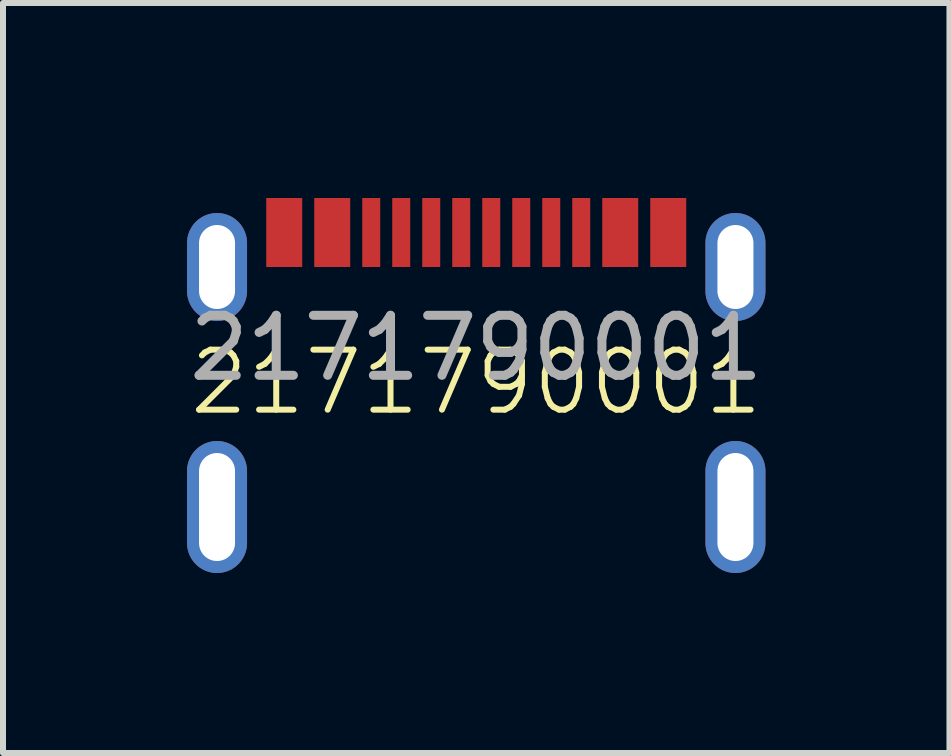
<source format=kicad_pcb>
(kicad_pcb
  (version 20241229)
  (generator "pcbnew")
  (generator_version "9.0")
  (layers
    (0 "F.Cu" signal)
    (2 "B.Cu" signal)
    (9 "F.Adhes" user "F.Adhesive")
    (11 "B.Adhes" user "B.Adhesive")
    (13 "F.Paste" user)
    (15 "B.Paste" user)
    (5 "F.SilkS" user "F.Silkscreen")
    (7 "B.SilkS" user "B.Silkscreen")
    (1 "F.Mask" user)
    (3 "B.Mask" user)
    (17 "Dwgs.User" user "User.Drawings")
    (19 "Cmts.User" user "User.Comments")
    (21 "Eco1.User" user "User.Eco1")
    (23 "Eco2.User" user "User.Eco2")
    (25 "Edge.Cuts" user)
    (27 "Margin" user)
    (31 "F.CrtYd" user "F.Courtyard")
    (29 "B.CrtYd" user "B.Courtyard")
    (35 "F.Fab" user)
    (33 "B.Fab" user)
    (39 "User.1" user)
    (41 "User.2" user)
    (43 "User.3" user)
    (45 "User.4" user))
  (footprint "2171790001"
    (layer "F.Cu")
    (at 4.887 0.25)
    (property "Reference" "2171790001" (at 0 3.07 0) (unlocked yes) (layer "F.SilkS") (effects (font (size 1 1) (thickness 0.1))))
    (attr smd)
    (fp_text user "${REFERENCE}" (at 0 2.5 0) (unlocked yes) (layer "F.Fab") (effects (font (size 1 1) (thickness 0.15))))
    (pad "A1/B12" thru_hole oval (at -4.32 1.15) (size 1 1.8) (drill oval 0.6 1.4) (layers "*.Cu" "*.Mask"))
    (pad "A1/B12" thru_hole oval (at -4.32 5.15) (size 1 2.2) (drill oval 0.6 1.8) (layers "*.Cu" "*.Mask"))
    (pad "A1/B12" smd rect (at -3.2 0.575) (size 0.6 1.15) (layers "F.Cu" "F.Mask" "F.Paste"))
    (pad "A4/B9" smd rect (at -2.4 0.575) (size 0.6 1.15) (layers "F.Cu" "F.Mask" "F.Paste"))
    (pad "A5" smd rect (at -1.25 0.575) (size 0.3 1.15) (layers "F.Cu" "F.Mask" "F.Paste"))
    (pad "A6" smd rect (at -0.25 0.575) (size 0.3 1.15) (layers "F.Cu" "F.Mask" "F.Paste"))
    (pad "A7" smd rect (at 0.25 0.575) (size 0.3 1.15) (layers "F.Cu" "F.Mask" "F.Paste"))
    (pad "A8" smd rect (at 1.25 0.575) (size 0.3 1.15) (layers "F.Cu" "F.Mask" "F.Paste"))
    (pad "B1/A12" smd rect (at 3.2 0.575) (size 0.6 1.15) (layers "F.Cu" "F.Mask" "F.Paste"))
    (pad "B1/A12" thru_hole oval (at 4.32 1.15) (size 1 1.8) (drill oval 0.6 1.4) (layers "*.Cu" "*.Mask"))
    (pad "B1/A12" thru_hole oval (at 4.32 5.15) (size 1 2.2) (drill oval 0.6 1.8) (layers "*.Cu" "*.Mask"))
    (pad "B4/A9" smd rect (at 2.4 0.575) (size 0.6 1.15) (layers "F.Cu" "F.Mask" "F.Paste"))
    (pad "B5" smd rect (at 1.75 0.575) (size 0.3 1.15) (layers "F.Cu" "F.Mask" "F.Paste"))
    (pad "B6" smd rect (at 0.75 0.575) (size 0.3 1.15) (layers "F.Cu" "F.Mask" "F.Paste"))
    (pad "B7" smd rect (at -0.75 0.575) (size 0.3 1.15) (layers "F.Cu" "F.Mask" "F.Paste"))
    (pad "B8" smd rect (at -1.75 0.575) (size 0.3 1.15) (layers "F.Cu" "F.Mask" "F.Paste")))
  (gr_rect
    (start -3 -3)
    (end 12.774 9.5)
    (stroke (width 0.1) (type default))
    (fill no)
    (layer "Edge.Cuts")))
</source>
